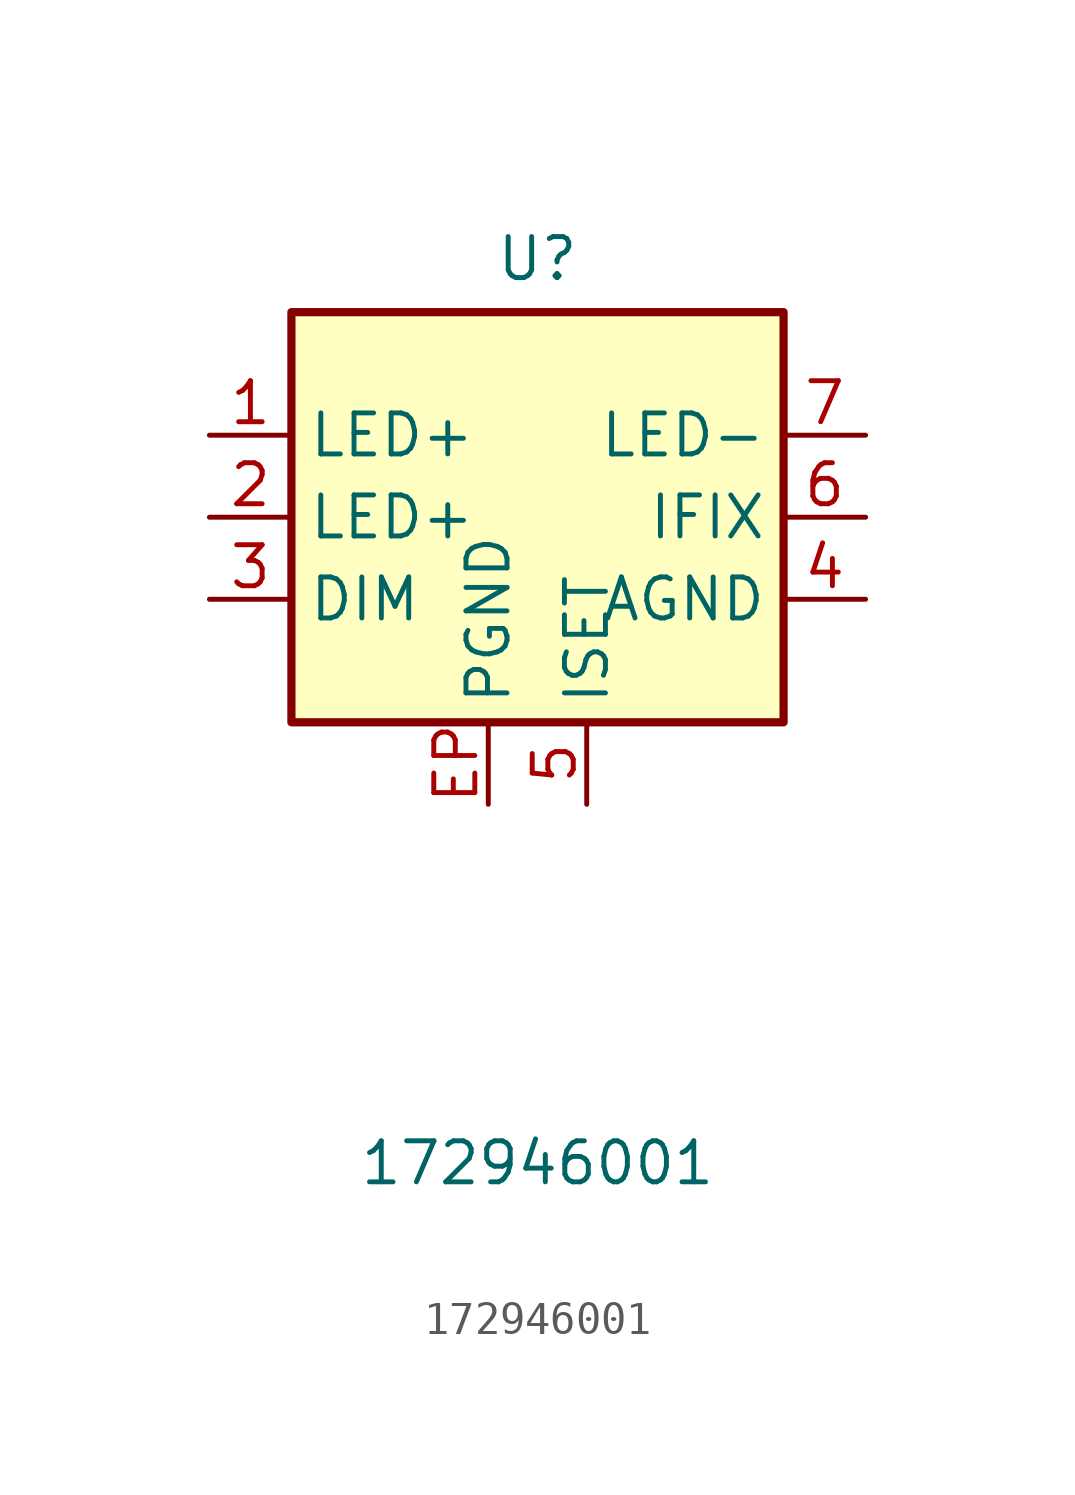
<source format=kicad_sym>
(kicad_symbol_lib
  (version 20220914)
  (generator kicad_symbol_editor)
  (symbol "172946001"
    (property "Reference" "U"
      (at 0 8 0)
      (effects (font (size 1.27 1.27))))
    (property "Value" "172946001"
      (at 0 -20 0)
      (effects (font (size 1.27 1.27))))
    (symbol "172946001_1_0"
      (rectangle (start -7.62 6.35) (end 7.62 -6.35) (stroke (width 0.254) (type solid)) (fill (type background))))
    (symbol "172946001_1_1"
      (pin power_in line (at -10.16 2.54 0) (length 2.54) (name "LED+" (effects (font (size 1.27 1.27)))) (number "1" (effects (font (size 1.27 1.27)))))
      (pin power_in line (at -10.16 0 0) (length 2.54) (name "LED+" (effects (font (size 1.27 1.27)))) (number "2" (effects (font (size 1.27 1.27)))))
      (pin input line (at -10.16 -2.54 0) (length 2.54) (name "DIM" (effects (font (size 1.27 1.27)))) (number "3" (effects (font (size 1.27 1.27)))))
      (pin power_in line (at 10.16 -2.54 180) (length 2.54) (name "AGND" (effects (font (size 1.27 1.27)))) (number "4" (effects (font (size 1.27 1.27)))))
      (pin input line (at 1.524 -8.89 90) (length 2.54) (name "ISET" (effects (font (size 1.27 1.27)))) (number "5" (effects (font (size 1.27 1.27)))))
      (pin input line (at 10.16 0 180) (length 2.54) (name "IFIX" (effects (font (size 1.27 1.27)))) (number "6" (effects (font (size 1.27 1.27)))))
      (pin power_out line (at 10.16 2.54 180) (length 2.54) (name "LED-" (effects (font (size 1.27 1.27)))) (number "7" (effects (font (size 1.27 1.27)))))
      (pin power_in line (at -1.524 -8.89 90) (length 2.54) (name "PGND" (effects (font (size 1.27 1.27)))) (number "EP" (effects (font (size 1.27 1.27))))))))
</source>
